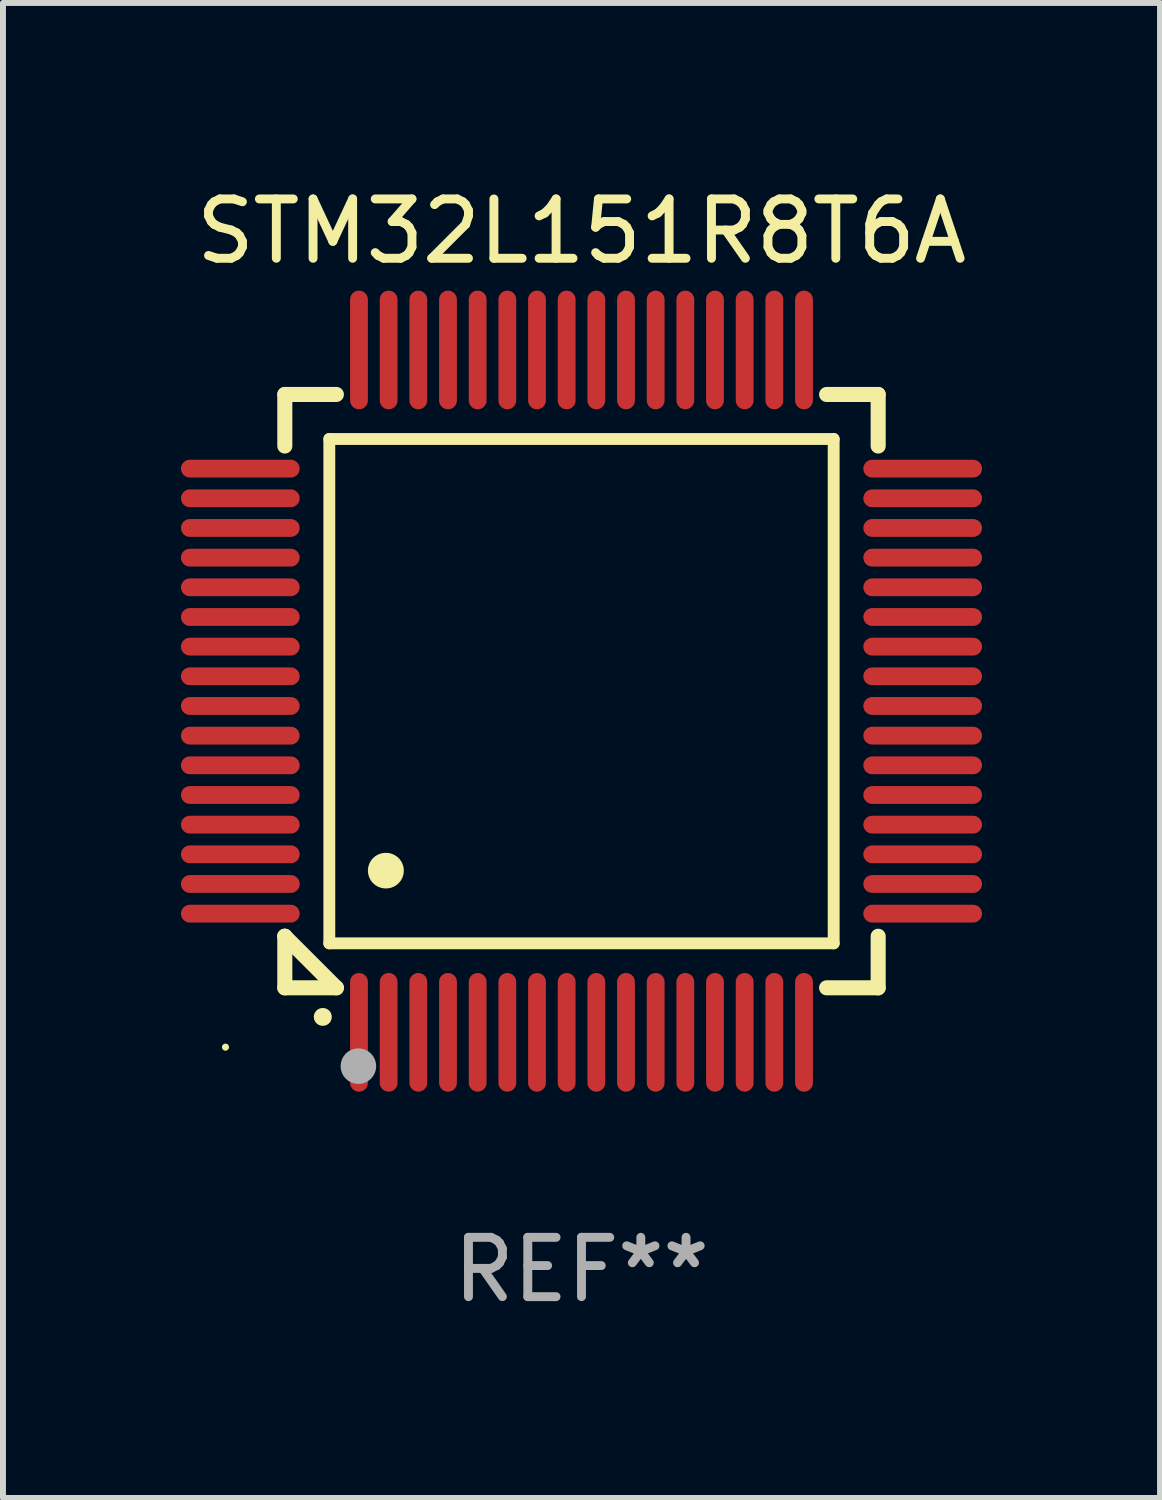
<source format=kicad_pcb>
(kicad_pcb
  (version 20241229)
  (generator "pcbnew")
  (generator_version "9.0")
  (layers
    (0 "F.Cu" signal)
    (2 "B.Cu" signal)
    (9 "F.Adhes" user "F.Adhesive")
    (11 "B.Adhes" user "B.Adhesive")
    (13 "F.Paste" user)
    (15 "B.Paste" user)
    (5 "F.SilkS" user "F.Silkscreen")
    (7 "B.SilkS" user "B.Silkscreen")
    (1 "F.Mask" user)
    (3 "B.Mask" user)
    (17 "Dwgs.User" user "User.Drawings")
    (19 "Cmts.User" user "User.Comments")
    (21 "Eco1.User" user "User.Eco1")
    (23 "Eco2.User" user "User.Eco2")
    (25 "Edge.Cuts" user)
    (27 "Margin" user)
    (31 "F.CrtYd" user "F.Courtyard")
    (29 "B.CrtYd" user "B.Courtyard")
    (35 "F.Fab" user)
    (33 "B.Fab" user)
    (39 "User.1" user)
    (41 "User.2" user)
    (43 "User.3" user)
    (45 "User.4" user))
  (footprint "STM32L151R8T6A"
    (layer "F.Cu")
    (at 6.75 8.598)
    (property "Reference" "STM32L151R8T6A" (at 0 -7.75 0) (layer "F.SilkS") (effects (font (size 1 1) (thickness 0.15))))
    (attr through_hole)
    (fp_line (start -5 -5) (end -4.131 -5) (stroke (width 0.254) (type solid)) (layer "F.SilkS"))
    (fp_line (start -5 -4.131) (end -5 -5) (stroke (width 0.254) (type solid)) (layer "F.SilkS"))
    (fp_line (start -5 4.131) (end -5 4.131) (stroke (width 0.254) (type solid)) (layer "F.SilkS"))
    (fp_line (start -5 5) (end -5 4.131) (stroke (width 0.254) (type solid)) (layer "F.SilkS"))
    (fp_line (start -5 4.131) (end -4.131 5) (stroke (width 0.254) (type solid)) (layer "F.SilkS"))
    (fp_line (start -4.25 -4.25) (end -4.25 4.25) (stroke (width 0.2) (type solid)) (layer "F.SilkS"))
    (fp_line (start -4.25 4.25) (end 4.25 4.25) (stroke (width 0.2) (type solid)) (layer "F.SilkS"))
    (fp_line (start -4.131 5) (end -5 5) (stroke (width 0.254) (type solid)) (layer "F.SilkS"))
    (fp_line (start 4.25 -4.25) (end -4.25 -4.25) (stroke (width 0.2) (type solid)) (layer "F.SilkS"))
    (fp_line (start 4.25 4.25) (end 4.25 -4.25) (stroke (width 0.2) (type solid)) (layer "F.SilkS"))
    (fp_line (start 5 -5) (end 4.131 -5) (stroke (width 0.254) (type solid)) (layer "F.SilkS"))
    (fp_line (start 5 -5) (end 5 -4.131) (stroke (width 0.254) (type solid)) (layer "F.SilkS"))
    (fp_line (start 5 4.131) (end 5 5) (stroke (width 0.254) (type solid)) (layer "F.SilkS"))
    (fp_line (start 5 5) (end 4.131 5) (stroke (width 0.254) (type solid)) (layer "F.SilkS"))
    (fp_arc (start -4.361265 5.489992) (mid -4.359995 5.489987) (end -4.358725 5.489992) (stroke (width 0.3) (type solid)) (layer "F.SilkS"))
    (fp_arc (start -3.299467 3.025146) (mid -3.296927 3.025135) (end -3.294387 3.025146) (stroke (width 0.6) (type solid)) (layer "F.SilkS"))
    (fp_circle (center -6 6) (end -5.97 6) (stroke (width 0.06) (type solid)) (fill no) (layer "F.SilkS"))
    (fp_circle (center -3.76 6.32) (end -3.61 6.32) (stroke (width 0.3) (type solid)) (fill no) (layer "F.Fab"))
    (fp_text user "REF**" (at 0 9.75 0) (layer "F.Fab") (effects (font (size 1 1) (thickness 0.15))))
    (pad "1" smd oval (at -3.75 5.75) (size 0.3 2) (layers "F.Cu" "F.Mask" "F.Paste"))
    (pad "2" smd oval (at -3.25 5.75) (size 0.3 2) (layers "F.Cu" "F.Mask" "F.Paste"))
    (pad "3" smd oval (at -2.75 5.75) (size 0.3 2) (layers "F.Cu" "F.Mask" "F.Paste"))
    (pad "4" smd oval (at -2.25 5.75) (size 0.3 2) (layers "F.Cu" "F.Mask" "F.Paste"))
    (pad "5" smd oval (at -1.75 5.75) (size 0.3 2) (layers "F.Cu" "F.Mask" "F.Paste"))
    (pad "6" smd oval (at -1.25 5.75) (size 0.3 2) (layers "F.Cu" "F.Mask" "F.Paste"))
    (pad "7" smd oval (at -0.75 5.75) (size 0.3 2) (layers "F.Cu" "F.Mask" "F.Paste"))
    (pad "8" smd oval (at -0.25 5.75) (size 0.3 2) (layers "F.Cu" "F.Mask" "F.Paste"))
    (pad "9" smd oval (at 0.25 5.75) (size 0.3 2) (layers "F.Cu" "F.Mask" "F.Paste"))
    (pad "10" smd oval (at 0.75 5.75) (size 0.3 2) (layers "F.Cu" "F.Mask" "F.Paste"))
    (pad "11" smd oval (at 1.25 5.75) (size 0.3 2) (layers "F.Cu" "F.Mask" "F.Paste"))
    (pad "12" smd oval (at 1.75 5.75) (size 0.3 2) (layers "F.Cu" "F.Mask" "F.Paste"))
    (pad "13" smd oval (at 2.25 5.75) (size 0.3 2) (layers "F.Cu" "F.Mask" "F.Paste"))
    (pad "14" smd oval (at 2.75 5.75) (size 0.3 2) (layers "F.Cu" "F.Mask" "F.Paste"))
    (pad "15" smd oval (at 3.25 5.75) (size 0.3 2) (layers "F.Cu" "F.Mask" "F.Paste"))
    (pad "16" smd oval (at 3.75 5.75) (size 0.3 2) (layers "F.Cu" "F.Mask" "F.Paste"))
    (pad "17" smd oval (at 5.75 3.75) (size 2 0.3) (layers "F.Cu" "F.Mask" "F.Paste"))
    (pad "18" smd oval (at 5.75 3.25) (size 2 0.3) (layers "F.Cu" "F.Mask" "F.Paste"))
    (pad "19" smd oval (at 5.75 2.75) (size 2 0.3) (layers "F.Cu" "F.Mask" "F.Paste"))
    (pad "20" smd oval (at 5.75 2.25) (size 2 0.3) (layers "F.Cu" "F.Mask" "F.Paste"))
    (pad "21" smd oval (at 5.75 1.75) (size 2 0.3) (layers "F.Cu" "F.Mask" "F.Paste"))
    (pad "22" smd oval (at 5.75 1.25) (size 2 0.3) (layers "F.Cu" "F.Mask" "F.Paste"))
    (pad "23" smd oval (at 5.75 0.75) (size 2 0.3) (layers "F.Cu" "F.Mask" "F.Paste"))
    (pad "24" smd oval (at 5.75 0.25) (size 2 0.3) (layers "F.Cu" "F.Mask" "F.Paste"))
    (pad "25" smd oval (at 5.75 -0.25) (size 2 0.3) (layers "F.Cu" "F.Mask" "F.Paste"))
    (pad "26" smd oval (at 5.75 -0.75) (size 2 0.3) (layers "F.Cu" "F.Mask" "F.Paste"))
    (pad "27" smd oval (at 5.75 -1.25) (size 2 0.3) (layers "F.Cu" "F.Mask" "F.Paste"))
    (pad "28" smd oval (at 5.75 -1.75) (size 2 0.3) (layers "F.Cu" "F.Mask" "F.Paste"))
    (pad "29" smd oval (at 5.75 -2.25) (size 2 0.3) (layers "F.Cu" "F.Mask" "F.Paste"))
    (pad "30" smd oval (at 5.75 -2.75) (size 2 0.3) (layers "F.Cu" "F.Mask" "F.Paste"))
    (pad "31" smd oval (at 5.75 -3.25) (size 2 0.3) (layers "F.Cu" "F.Mask" "F.Paste"))
    (pad "32" smd oval (at 5.75 -3.75) (size 2 0.3) (layers "F.Cu" "F.Mask" "F.Paste"))
    (pad "33" smd oval (at 3.75 -5.75) (size 0.3 2) (layers "F.Cu" "F.Mask" "F.Paste"))
    (pad "34" smd oval (at 3.25 -5.75) (size 0.3 2) (layers "F.Cu" "F.Mask" "F.Paste"))
    (pad "35" smd oval (at 2.75 -5.75) (size 0.3 2) (layers "F.Cu" "F.Mask" "F.Paste"))
    (pad "36" smd oval (at 2.25 -5.75) (size 0.3 2) (layers "F.Cu" "F.Mask" "F.Paste"))
    (pad "37" smd oval (at 1.75 -5.75) (size 0.3 2) (layers "F.Cu" "F.Mask" "F.Paste"))
    (pad "38" smd oval (at 1.25 -5.75) (size 0.3 2) (layers "F.Cu" "F.Mask" "F.Paste"))
    (pad "39" smd oval (at 0.75 -5.75) (size 0.3 2) (layers "F.Cu" "F.Mask" "F.Paste"))
    (pad "40" smd oval (at 0.25 -5.75) (size 0.3 2) (layers "F.Cu" "F.Mask" "F.Paste"))
    (pad "41" smd oval (at -0.25 -5.75) (size 0.3 2) (layers "F.Cu" "F.Mask" "F.Paste"))
    (pad "42" smd oval (at -0.75 -5.75) (size 0.3 2) (layers "F.Cu" "F.Mask" "F.Paste"))
    (pad "43" smd oval (at -1.25 -5.75) (size 0.3 2) (layers "F.Cu" "F.Mask" "F.Paste"))
    (pad "44" smd oval (at -1.75 -5.75) (size 0.3 2) (layers "F.Cu" "F.Mask" "F.Paste"))
    (pad "45" smd oval (at -2.25 -5.75) (size 0.3 2) (layers "F.Cu" "F.Mask" "F.Paste"))
    (pad "46" smd oval (at -2.75 -5.75) (size 0.3 2) (layers "F.Cu" "F.Mask" "F.Paste"))
    (pad "47" smd oval (at -3.25 -5.75) (size 0.3 2) (layers "F.Cu" "F.Mask" "F.Paste"))
    (pad "48" smd oval (at -3.75 -5.75) (size 0.3 2) (layers "F.Cu" "F.Mask" "F.Paste"))
    (pad "49" smd oval (at -5.75 -3.75) (size 2 0.3) (layers "F.Cu" "F.Mask" "F.Paste"))
    (pad "50" smd oval (at -5.75 -3.25) (size 2 0.3) (layers "F.Cu" "F.Mask" "F.Paste"))
    (pad "51" smd oval (at -5.75 -2.75) (size 2 0.3) (layers "F.Cu" "F.Mask" "F.Paste"))
    (pad "52" smd oval (at -5.75 -2.25) (size 2 0.3) (layers "F.Cu" "F.Mask" "F.Paste"))
    (pad "53" smd oval (at -5.75 -1.75) (size 2 0.3) (layers "F.Cu" "F.Mask" "F.Paste"))
    (pad "54" smd oval (at -5.75 -1.25) (size 2 0.3) (layers "F.Cu" "F.Mask" "F.Paste"))
    (pad "55" smd oval (at -5.75 -0.75) (size 2 0.3) (layers "F.Cu" "F.Mask" "F.Paste"))
    (pad "56" smd oval (at -5.75 -0.25) (size 2 0.3) (layers "F.Cu" "F.Mask" "F.Paste"))
    (pad "57" smd oval (at -5.75 0.25) (size 2 0.3) (layers "F.Cu" "F.Mask" "F.Paste"))
    (pad "58" smd oval (at -5.75 0.75) (size 2 0.3) (layers "F.Cu" "F.Mask" "F.Paste"))
    (pad "59" smd oval (at -5.75 1.25) (size 2 0.3) (layers "F.Cu" "F.Mask" "F.Paste"))
    (pad "60" smd oval (at -5.75 1.75) (size 2 0.3) (layers "F.Cu" "F.Mask" "F.Paste"))
    (pad "61" smd oval (at -5.75 2.25) (size 2 0.3) (layers "F.Cu" "F.Mask" "F.Paste"))
    (pad "62" smd oval (at -5.75 2.75) (size 2 0.3) (layers "F.Cu" "F.Mask" "F.Paste"))
    (pad "63" smd oval (at -5.75 3.25) (size 2 0.3) (layers "F.Cu" "F.Mask" "F.Paste"))
    (pad "64" smd oval (at -5.75 3.75) (size 2 0.3) (layers "F.Cu" "F.Mask" "F.Paste")))
  (gr_rect
    (start -3 -3)
    (end 16.5 22.196)
    (stroke (width 0.1) (type default))
    (fill no)
    (layer "Edge.Cuts")))
</source>
